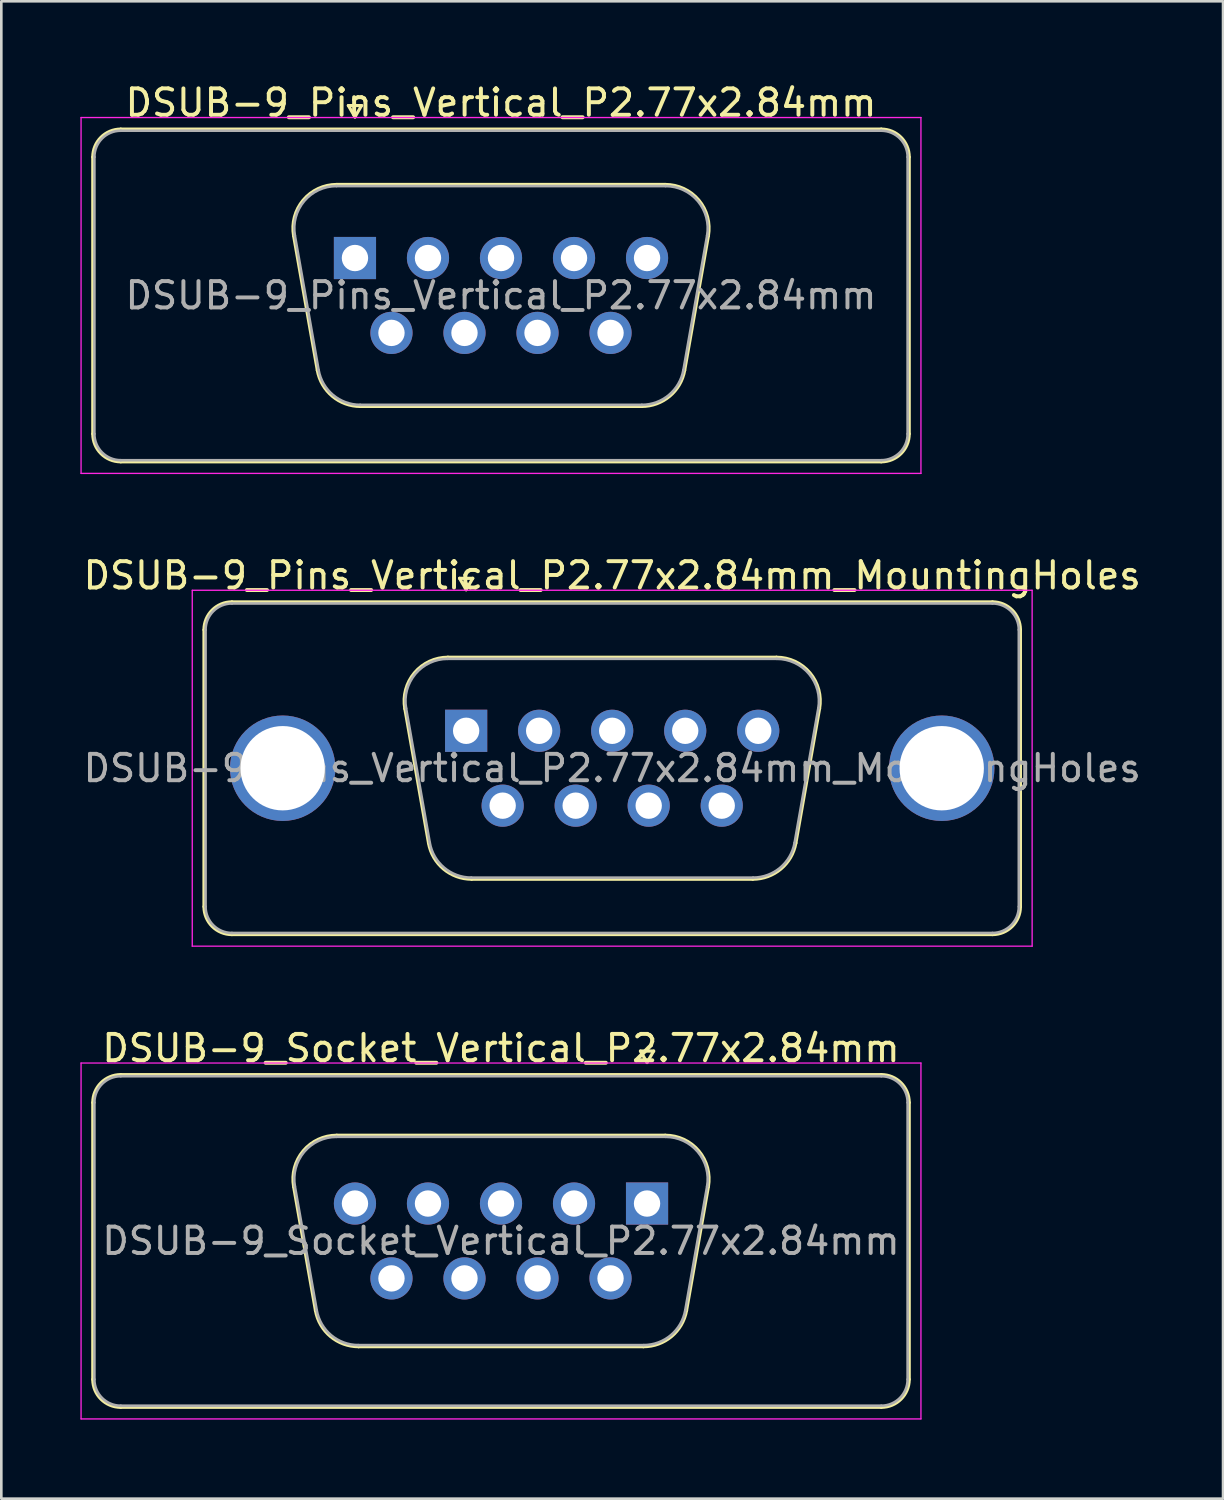
<source format=kicad_pcb>
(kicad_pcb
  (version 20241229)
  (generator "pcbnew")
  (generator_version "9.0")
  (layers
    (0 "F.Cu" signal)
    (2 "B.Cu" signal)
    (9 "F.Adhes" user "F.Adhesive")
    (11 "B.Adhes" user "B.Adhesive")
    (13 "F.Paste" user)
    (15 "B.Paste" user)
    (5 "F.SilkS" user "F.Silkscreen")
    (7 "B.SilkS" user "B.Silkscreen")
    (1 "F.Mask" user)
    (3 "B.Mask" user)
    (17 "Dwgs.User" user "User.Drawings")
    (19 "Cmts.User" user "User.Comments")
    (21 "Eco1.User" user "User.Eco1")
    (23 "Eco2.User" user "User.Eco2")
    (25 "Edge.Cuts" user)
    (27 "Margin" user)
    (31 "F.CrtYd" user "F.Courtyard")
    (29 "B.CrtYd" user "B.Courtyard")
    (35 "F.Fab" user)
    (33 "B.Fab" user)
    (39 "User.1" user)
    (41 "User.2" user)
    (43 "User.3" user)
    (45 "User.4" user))
  (footprint "DSUB-9_Pins_Vertical_P2.77x2.84mm"
    (layer "F.Cu")
    (at 10.415 6.738)
    (property "Reference" "DSUB-9_Pins_Vertical_P2.77x2.84mm" (at 5.54 -5.89 0) (layer "F.SilkS") (effects (font (size 1 1) (thickness 0.15))))
    (attr through_hole)
    (fp_line (start -9.945 6.67) (end -9.945 -3.83) (stroke (width 0.12) (type solid)) (layer "F.SilkS"))
    (fp_line (start -8.885 -4.89) (end 19.965 -4.89) (stroke (width 0.12) (type solid)) (layer "F.SilkS"))
    (fp_line (start -2.326 -0.842) (end -1.427 4.258) (stroke (width 0.12) (type solid)) (layer "F.SilkS"))
    (fp_line (start -0.692 -2.79) (end 11.772 -2.79) (stroke (width 0.12) (type solid)) (layer "F.SilkS"))
    (fp_line (start -0.25 -5.784) (end 0.25 -5.784) (stroke (width 0.12) (type solid)) (layer "F.SilkS"))
    (fp_line (start 0 -5.351) (end -0.25 -5.784) (stroke (width 0.12) (type solid)) (layer "F.SilkS"))
    (fp_line (start 0.208 5.63) (end 10.872 5.63) (stroke (width 0.12) (type solid)) (layer "F.SilkS"))
    (fp_line (start 0.25 -5.784) (end 0 -5.351) (stroke (width 0.12) (type solid)) (layer "F.SilkS"))
    (fp_line (start 13.406 -0.842) (end 12.507 4.258) (stroke (width 0.12) (type solid)) (layer "F.SilkS"))
    (fp_line (start 19.965 7.73) (end -8.885 7.73) (stroke (width 0.12) (type solid)) (layer "F.SilkS"))
    (fp_line (start 21.025 -3.83) (end 21.025 6.67) (stroke (width 0.12) (type solid)) (layer "F.SilkS"))
    (fp_arc (start -9.945 -3.83) (mid -9.634533 -4.579533) (end -8.885 -4.89) (stroke (width 0.12) (type solid)) (layer "F.SilkS"))
    (fp_arc (start -8.885 7.73) (mid -9.634533 7.419533) (end -9.945 6.67) (stroke (width 0.12) (type solid)) (layer "F.SilkS"))
    (fp_arc (start -2.32647 -0.841744) (mid -1.963323 -2.197027) (end -0.691689 -2.79) (stroke (width 0.12) (type solid)) (layer "F.SilkS"))
    (fp_arc (start 0.207579 5.63) (mid -0.859449 5.241634) (end -1.427202 4.258256) (stroke (width 0.12) (type solid)) (layer "F.SilkS"))
    (fp_arc (start 11.771689 -2.79) (mid 13.043323 -2.197027) (end 13.40647 -0.841744) (stroke (width 0.12) (type solid)) (layer "F.SilkS"))
    (fp_arc (start 12.507202 4.258256) (mid 11.939449 5.241634) (end 10.872421 5.63) (stroke (width 0.12) (type solid)) (layer "F.SilkS"))
    (fp_arc (start 19.965 -4.89) (mid 20.714533 -4.579533) (end 21.025 -3.83) (stroke (width 0.12) (type solid)) (layer "F.SilkS"))
    (fp_arc (start 21.025 6.67) (mid 20.714533 7.419533) (end 19.965 7.73) (stroke (width 0.12) (type solid)) (layer "F.SilkS"))
    (fp_line (start -10.39 -5.33) (end -10.39 8.17) (stroke (width 0.05) (type solid)) (layer "F.CrtYd"))
    (fp_line (start -10.39 8.17) (end 21.47 8.17) (stroke (width 0.05) (type solid)) (layer "F.CrtYd"))
    (fp_line (start 21.47 -5.33) (end -10.39 -5.33) (stroke (width 0.05) (type solid)) (layer "F.CrtYd"))
    (fp_line (start 21.47 8.17) (end 21.47 -5.33) (stroke (width 0.05) (type solid)) (layer "F.CrtYd"))
    (fp_line (start -9.885 6.67) (end -9.885 -3.83) (stroke (width 0.1) (type solid)) (layer "F.Fab"))
    (fp_line (start -8.885 -4.83) (end 19.965 -4.83) (stroke (width 0.1) (type solid)) (layer "F.Fab"))
    (fp_line (start -2.279 -0.852) (end -1.38 4.248) (stroke (width 0.1) (type solid)) (layer "F.Fab"))
    (fp_line (start -0.703 -2.73) (end 11.783 -2.73) (stroke (width 0.1) (type solid)) (layer "F.Fab"))
    (fp_line (start 0.196 5.57) (end 10.884 5.57) (stroke (width 0.1) (type solid)) (layer "F.Fab"))
    (fp_line (start 13.359 -0.852) (end 12.46 4.248) (stroke (width 0.1) (type solid)) (layer "F.Fab"))
    (fp_line (start 19.965 7.67) (end -8.885 7.67) (stroke (width 0.1) (type solid)) (layer "F.Fab"))
    (fp_line (start 20.965 -3.83) (end 20.965 6.67) (stroke (width 0.1) (type solid)) (layer "F.Fab"))
    (fp_arc (start -9.885 -3.83) (mid -9.592107 -4.537107) (end -8.885 -4.83) (stroke (width 0.1) (type solid)) (layer "F.Fab"))
    (fp_arc (start -8.885 7.67) (mid -9.592107 7.377107) (end -9.885 6.67) (stroke (width 0.1) (type solid)) (layer "F.Fab"))
    (fp_arc (start -2.278887 -0.852163) (mid -1.928865 -2.15846) (end -0.703194 -2.73) (stroke (width 0.1) (type solid)) (layer "F.Fab"))
    (fp_arc (start 0.196073 5.57) (mid -0.832387 5.195671) (end -1.379619 4.247837) (stroke (width 0.1) (type solid)) (layer "F.Fab"))
    (fp_arc (start 11.783194 -2.73) (mid 13.008865 -2.15846) (end 13.358887 -0.852163) (stroke (width 0.1) (type solid)) (layer "F.Fab"))
    (fp_arc (start 12.459619 4.247837) (mid 11.912387 5.195671) (end 10.883927 5.57) (stroke (width 0.1) (type solid)) (layer "F.Fab"))
    (fp_arc (start 19.965 -4.83) (mid 20.672107 -4.537107) (end 20.965 -3.83) (stroke (width 0.1) (type solid)) (layer "F.Fab"))
    (fp_arc (start 20.965 6.67) (mid 20.672107 7.377107) (end 19.965 7.67) (stroke (width 0.1) (type solid)) (layer "F.Fab"))
    (fp_text user "${REFERENCE}" (at 5.54 1.42 0) (layer "F.Fab") (effects (font (size 1 1) (thickness 0.15))))
    (pad "1" thru_hole rect (at 0 0) (size 1.6 1.6) (drill 1) (layers "*.Cu" "*.Mask"))
    (pad "2" thru_hole circle (at 2.77 0) (size 1.6 1.6) (drill 1) (layers "*.Cu" "*.Mask"))
    (pad "3" thru_hole circle (at 5.54 0) (size 1.6 1.6) (drill 1) (layers "*.Cu" "*.Mask"))
    (pad "4" thru_hole circle (at 8.31 0) (size 1.6 1.6) (drill 1) (layers "*.Cu" "*.Mask"))
    (pad "5" thru_hole circle (at 11.08 0) (size 1.6 1.6) (drill 1) (layers "*.Cu" "*.Mask"))
    (pad "6" thru_hole circle (at 1.385 2.84) (size 1.6 1.6) (drill 1) (layers "*.Cu" "*.Mask"))
    (pad "7" thru_hole circle (at 4.155 2.84) (size 1.6 1.6) (drill 1) (layers "*.Cu" "*.Mask"))
    (pad "8" thru_hole circle (at 6.925 2.84) (size 1.6 1.6) (drill 1) (layers "*.Cu" "*.Mask"))
    (pad "9" thru_hole circle (at 9.695 2.84) (size 1.6 1.6) (drill 1) (layers "*.Cu" "*.Mask")))
  (footprint "DSUB-9_Pins_Vertical_P2.77x2.84mm_MountingHoles"
    (layer "F.Cu")
    (at 14.633 24.672)
    (property "Reference" "DSUB-9_Pins_Vertical_P2.77x2.84mm_MountingHoles" (at 5.54 -5.89 0) (layer "F.SilkS") (effects (font (size 1 1) (thickness 0.15))))
    (attr through_hole)
    (fp_line (start -9.945 6.67) (end -9.945 -3.83) (stroke (width 0.12) (type solid)) (layer "F.SilkS"))
    (fp_line (start -8.885 -4.89) (end 19.965 -4.89) (stroke (width 0.12) (type solid)) (layer "F.SilkS"))
    (fp_line (start -2.326 -0.842) (end -1.427 4.258) (stroke (width 0.12) (type solid)) (layer "F.SilkS"))
    (fp_line (start -0.692 -2.79) (end 11.772 -2.79) (stroke (width 0.12) (type solid)) (layer "F.SilkS"))
    (fp_line (start -0.25 -5.784) (end 0.25 -5.784) (stroke (width 0.12) (type solid)) (layer "F.SilkS"))
    (fp_line (start 0 -5.351) (end -0.25 -5.784) (stroke (width 0.12) (type solid)) (layer "F.SilkS"))
    (fp_line (start 0.208 5.63) (end 10.872 5.63) (stroke (width 0.12) (type solid)) (layer "F.SilkS"))
    (fp_line (start 0.25 -5.784) (end 0 -5.351) (stroke (width 0.12) (type solid)) (layer "F.SilkS"))
    (fp_line (start 13.406 -0.842) (end 12.507 4.258) (stroke (width 0.12) (type solid)) (layer "F.SilkS"))
    (fp_line (start 19.965 7.73) (end -8.885 7.73) (stroke (width 0.12) (type solid)) (layer "F.SilkS"))
    (fp_line (start 21.025 -3.83) (end 21.025 6.67) (stroke (width 0.12) (type solid)) (layer "F.SilkS"))
    (fp_arc (start -9.945 -3.83) (mid -9.634533 -4.579533) (end -8.885 -4.89) (stroke (width 0.12) (type solid)) (layer "F.SilkS"))
    (fp_arc (start -8.885 7.73) (mid -9.634533 7.419533) (end -9.945 6.67) (stroke (width 0.12) (type solid)) (layer "F.SilkS"))
    (fp_arc (start -2.32647 -0.841744) (mid -1.963323 -2.197027) (end -0.691689 -2.79) (stroke (width 0.12) (type solid)) (layer "F.SilkS"))
    (fp_arc (start 0.207579 5.63) (mid -0.859449 5.241634) (end -1.427202 4.258256) (stroke (width 0.12) (type solid)) (layer "F.SilkS"))
    (fp_arc (start 11.771689 -2.79) (mid 13.043323 -2.197027) (end 13.40647 -0.841744) (stroke (width 0.12) (type solid)) (layer "F.SilkS"))
    (fp_arc (start 12.507202 4.258256) (mid 11.939449 5.241634) (end 10.872421 5.63) (stroke (width 0.12) (type solid)) (layer "F.SilkS"))
    (fp_arc (start 19.965 -4.89) (mid 20.714533 -4.579533) (end 21.025 -3.83) (stroke (width 0.12) (type solid)) (layer "F.SilkS"))
    (fp_arc (start 21.025 6.67) (mid 20.714533 7.419533) (end 19.965 7.73) (stroke (width 0.12) (type solid)) (layer "F.SilkS"))
    (fp_line (start -10.39 -5.33) (end -10.39 8.17) (stroke (width 0.05) (type solid)) (layer "F.CrtYd"))
    (fp_line (start -10.39 8.17) (end 21.47 8.17) (stroke (width 0.05) (type solid)) (layer "F.CrtYd"))
    (fp_line (start 21.47 -5.33) (end -10.39 -5.33) (stroke (width 0.05) (type solid)) (layer "F.CrtYd"))
    (fp_line (start 21.47 8.17) (end 21.47 -5.33) (stroke (width 0.05) (type solid)) (layer "F.CrtYd"))
    (fp_line (start -9.885 6.67) (end -9.885 -3.83) (stroke (width 0.1) (type solid)) (layer "F.Fab"))
    (fp_line (start -8.885 -4.83) (end 19.965 -4.83) (stroke (width 0.1) (type solid)) (layer "F.Fab"))
    (fp_line (start -2.279 -0.852) (end -1.38 4.248) (stroke (width 0.1) (type solid)) (layer "F.Fab"))
    (fp_line (start -0.703 -2.73) (end 11.783 -2.73) (stroke (width 0.1) (type solid)) (layer "F.Fab"))
    (fp_line (start 0.196 5.57) (end 10.884 5.57) (stroke (width 0.1) (type solid)) (layer "F.Fab"))
    (fp_line (start 13.359 -0.852) (end 12.46 4.248) (stroke (width 0.1) (type solid)) (layer "F.Fab"))
    (fp_line (start 19.965 7.67) (end -8.885 7.67) (stroke (width 0.1) (type solid)) (layer "F.Fab"))
    (fp_line (start 20.965 -3.83) (end 20.965 6.67) (stroke (width 0.1) (type solid)) (layer "F.Fab"))
    (fp_arc (start -9.885 -3.83) (mid -9.592107 -4.537107) (end -8.885 -4.83) (stroke (width 0.1) (type solid)) (layer "F.Fab"))
    (fp_arc (start -8.885 7.67) (mid -9.592107 7.377107) (end -9.885 6.67) (stroke (width 0.1) (type solid)) (layer "F.Fab"))
    (fp_arc (start -2.278887 -0.852163) (mid -1.928865 -2.15846) (end -0.703194 -2.73) (stroke (width 0.1) (type solid)) (layer "F.Fab"))
    (fp_arc (start 0.196073 5.57) (mid -0.832387 5.195671) (end -1.379619 4.247837) (stroke (width 0.1) (type solid)) (layer "F.Fab"))
    (fp_arc (start 11.783194 -2.73) (mid 13.008865 -2.15846) (end 13.358887 -0.852163) (stroke (width 0.1) (type solid)) (layer "F.Fab"))
    (fp_arc (start 12.459619 4.247837) (mid 11.912387 5.195671) (end 10.883927 5.57) (stroke (width 0.1) (type solid)) (layer "F.Fab"))
    (fp_arc (start 19.965 -4.83) (mid 20.672107 -4.537107) (end 20.965 -3.83) (stroke (width 0.1) (type solid)) (layer "F.Fab"))
    (fp_arc (start 20.965 6.67) (mid 20.672107 7.377107) (end 19.965 7.67) (stroke (width 0.1) (type solid)) (layer "F.Fab"))
    (fp_text user "${REFERENCE}" (at 5.54 1.42 0) (layer "F.Fab") (effects (font (size 1 1) (thickness 0.15))))
    (pad "0" thru_hole circle (at -6.96 1.42) (size 4 4) (drill 3.2) (layers "*.Cu" "*.Mask"))
    (pad "0" thru_hole circle (at 18.04 1.42) (size 4 4) (drill 3.2) (layers "*.Cu" "*.Mask"))
    (pad "1" thru_hole rect (at 0 0) (size 1.6 1.6) (drill 1) (layers "*.Cu" "*.Mask"))
    (pad "2" thru_hole circle (at 2.77 0) (size 1.6 1.6) (drill 1) (layers "*.Cu" "*.Mask"))
    (pad "3" thru_hole circle (at 5.54 0) (size 1.6 1.6) (drill 1) (layers "*.Cu" "*.Mask"))
    (pad "4" thru_hole circle (at 8.31 0) (size 1.6 1.6) (drill 1) (layers "*.Cu" "*.Mask"))
    (pad "5" thru_hole circle (at 11.08 0) (size 1.6 1.6) (drill 1) (layers "*.Cu" "*.Mask"))
    (pad "6" thru_hole circle (at 1.385 2.84) (size 1.6 1.6) (drill 1) (layers "*.Cu" "*.Mask"))
    (pad "7" thru_hole circle (at 4.155 2.84) (size 1.6 1.6) (drill 1) (layers "*.Cu" "*.Mask"))
    (pad "8" thru_hole circle (at 6.925 2.84) (size 1.6 1.6) (drill 1) (layers "*.Cu" "*.Mask"))
    (pad "9" thru_hole circle (at 9.695 2.84) (size 1.6 1.6) (drill 1) (layers "*.Cu" "*.Mask")))
  (footprint "DSUB-9_Socket_Vertical_P2.77x2.84mm"
    (layer "F.Cu")
    (at 21.495 42.605)
    (property "Reference" "DSUB-9_Socket_Vertical_P2.77x2.84mm" (at -5.54 -5.89 0) (layer "F.SilkS") (effects (font (size 1 1) (thickness 0.15))))
    (attr through_hole)
    (fp_line (start -21.025 6.67) (end -21.025 -3.83) (stroke (width 0.12) (type solid)) (layer "F.SilkS"))
    (fp_line (start -19.965 -4.89) (end 8.885 -4.89) (stroke (width 0.12) (type solid)) (layer "F.SilkS"))
    (fp_line (start -13.406 -0.642) (end -12.578 4.058) (stroke (width 0.12) (type solid)) (layer "F.SilkS"))
    (fp_line (start -11.772 -2.59) (end 0.692 -2.59) (stroke (width 0.12) (type solid)) (layer "F.SilkS"))
    (fp_line (start -10.943 5.43) (end -0.137 5.43) (stroke (width 0.12) (type solid)) (layer "F.SilkS"))
    (fp_line (start -0.25 -5.784) (end 0.25 -5.784) (stroke (width 0.12) (type solid)) (layer "F.SilkS"))
    (fp_line (start 0 -5.351) (end -0.25 -5.784) (stroke (width 0.12) (type solid)) (layer "F.SilkS"))
    (fp_line (start 0.25 -5.784) (end 0 -5.351) (stroke (width 0.12) (type solid)) (layer "F.SilkS"))
    (fp_line (start 2.326 -0.642) (end 1.498 4.058) (stroke (width 0.12) (type solid)) (layer "F.SilkS"))
    (fp_line (start 8.885 7.73) (end -19.965 7.73) (stroke (width 0.12) (type solid)) (layer "F.SilkS"))
    (fp_line (start 9.945 -3.83) (end 9.945 6.67) (stroke (width 0.12) (type solid)) (layer "F.SilkS"))
    (fp_arc (start -21.025 -3.83) (mid -20.714533 -4.579533) (end -19.965 -4.89) (stroke (width 0.12) (type solid)) (layer "F.SilkS"))
    (fp_arc (start -19.965 7.73) (mid -20.714533 7.419533) (end -21.025 6.67) (stroke (width 0.12) (type solid)) (layer "F.SilkS"))
    (fp_arc (start -13.40647 -0.641744) (mid -13.043323 -1.997027) (end -11.771689 -2.59) (stroke (width 0.12) (type solid)) (layer "F.SilkS"))
    (fp_arc (start -10.942952 5.43) (mid -12.00998 5.041634) (end -12.577733 4.058256) (stroke (width 0.12) (type solid)) (layer "F.SilkS"))
    (fp_arc (start 0.691689 -2.59) (mid 1.963323 -1.997027) (end 2.32647 -0.641744) (stroke (width 0.12) (type solid)) (layer "F.SilkS"))
    (fp_arc (start 1.497733 4.058256) (mid 0.92998 5.041634) (end -0.137048 5.43) (stroke (width 0.12) (type solid)) (layer "F.SilkS"))
    (fp_arc (start 8.885 -4.89) (mid 9.634533 -4.579533) (end 9.945 -3.83) (stroke (width 0.12) (type solid)) (layer "F.SilkS"))
    (fp_arc (start 9.945 6.67) (mid 9.634533 7.419533) (end 8.885 7.73) (stroke (width 0.12) (type solid)) (layer "F.SilkS"))
    (fp_line (start -21.47 -5.33) (end -21.47 8.17) (stroke (width 0.05) (type solid)) (layer "F.CrtYd"))
    (fp_line (start -21.47 8.17) (end 10.39 8.17) (stroke (width 0.05) (type solid)) (layer "F.CrtYd"))
    (fp_line (start 10.39 -5.33) (end -21.47 -5.33) (stroke (width 0.05) (type solid)) (layer "F.CrtYd"))
    (fp_line (start 10.39 8.17) (end 10.39 -5.33) (stroke (width 0.05) (type solid)) (layer "F.CrtYd"))
    (fp_line (start -20.965 6.67) (end -20.965 -3.83) (stroke (width 0.1) (type solid)) (layer "F.Fab"))
    (fp_line (start -19.965 -4.83) (end 8.885 -4.83) (stroke (width 0.1) (type solid)) (layer "F.Fab"))
    (fp_line (start -13.359 -0.652) (end -12.53 4.048) (stroke (width 0.1) (type solid)) (layer "F.Fab"))
    (fp_line (start -11.783 -2.53) (end 0.703 -2.53) (stroke (width 0.1) (type solid)) (layer "F.Fab"))
    (fp_line (start -10.954 5.37) (end -0.126 5.37) (stroke (width 0.1) (type solid)) (layer "F.Fab"))
    (fp_line (start 2.279 -0.652) (end 1.45 4.048) (stroke (width 0.1) (type solid)) (layer "F.Fab"))
    (fp_line (start 8.885 7.67) (end -19.965 7.67) (stroke (width 0.1) (type solid)) (layer "F.Fab"))
    (fp_line (start 9.885 -3.83) (end 9.885 6.67) (stroke (width 0.1) (type solid)) (layer "F.Fab"))
    (fp_arc (start -20.965 -3.83) (mid -20.672107 -4.537107) (end -19.965 -4.83) (stroke (width 0.1) (type solid)) (layer "F.Fab"))
    (fp_arc (start -19.965 7.67) (mid -20.672107 7.377107) (end -20.965 6.67) (stroke (width 0.1) (type solid)) (layer "F.Fab"))
    (fp_arc (start -13.358887 -0.652163) (mid -13.008865 -1.95846) (end -11.783194 -2.53) (stroke (width 0.1) (type solid)) (layer "F.Fab"))
    (fp_arc (start -10.954457 5.37) (mid -11.982918 4.995671) (end -12.53015 4.047837) (stroke (width 0.1) (type solid)) (layer "F.Fab"))
    (fp_arc (start 0.703194 -2.53) (mid 1.928865 -1.95846) (end 2.278887 -0.652163) (stroke (width 0.1) (type solid)) (layer "F.Fab"))
    (fp_arc (start 1.45015 4.047837) (mid 0.902918 4.995671) (end -0.125543 5.37) (stroke (width 0.1) (type solid)) (layer "F.Fab"))
    (fp_arc (start 8.885 -4.83) (mid 9.592107 -4.537107) (end 9.885 -3.83) (stroke (width 0.1) (type solid)) (layer "F.Fab"))
    (fp_arc (start 9.885 6.67) (mid 9.592107 7.377107) (end 8.885 7.67) (stroke (width 0.1) (type solid)) (layer "F.Fab"))
    (fp_text user "${REFERENCE}" (at -5.54 1.42 0) (layer "F.Fab") (effects (font (size 1 1) (thickness 0.15))))
    (pad "1" thru_hole rect (at 0 0) (size 1.6 1.6) (drill 1) (layers "*.Cu" "*.Mask"))
    (pad "2" thru_hole circle (at -2.77 0) (size 1.6 1.6) (drill 1) (layers "*.Cu" "*.Mask"))
    (pad "3" thru_hole circle (at -5.54 0) (size 1.6 1.6) (drill 1) (layers "*.Cu" "*.Mask"))
    (pad "4" thru_hole circle (at -8.31 0) (size 1.6 1.6) (drill 1) (layers "*.Cu" "*.Mask"))
    (pad "5" thru_hole circle (at -11.08 0) (size 1.6 1.6) (drill 1) (layers "*.Cu" "*.Mask"))
    (pad "6" thru_hole circle (at -1.385 2.84) (size 1.6 1.6) (drill 1) (layers "*.Cu" "*.Mask"))
    (pad "7" thru_hole circle (at -4.155 2.84) (size 1.6 1.6) (drill 1) (layers "*.Cu" "*.Mask"))
    (pad "8" thru_hole circle (at -6.925 2.84) (size 1.6 1.6) (drill 1) (layers "*.Cu" "*.Mask"))
    (pad "9" thru_hole circle (at -9.695 2.84) (size 1.6 1.6) (drill 1) (layers "*.Cu" "*.Mask")))
  (gr_rect
    (start -3 -3)
    (end 43.345 53.8)
    (stroke (width 0.1) (type default))
    (fill no)
    (layer "Edge.Cuts")))
</source>
